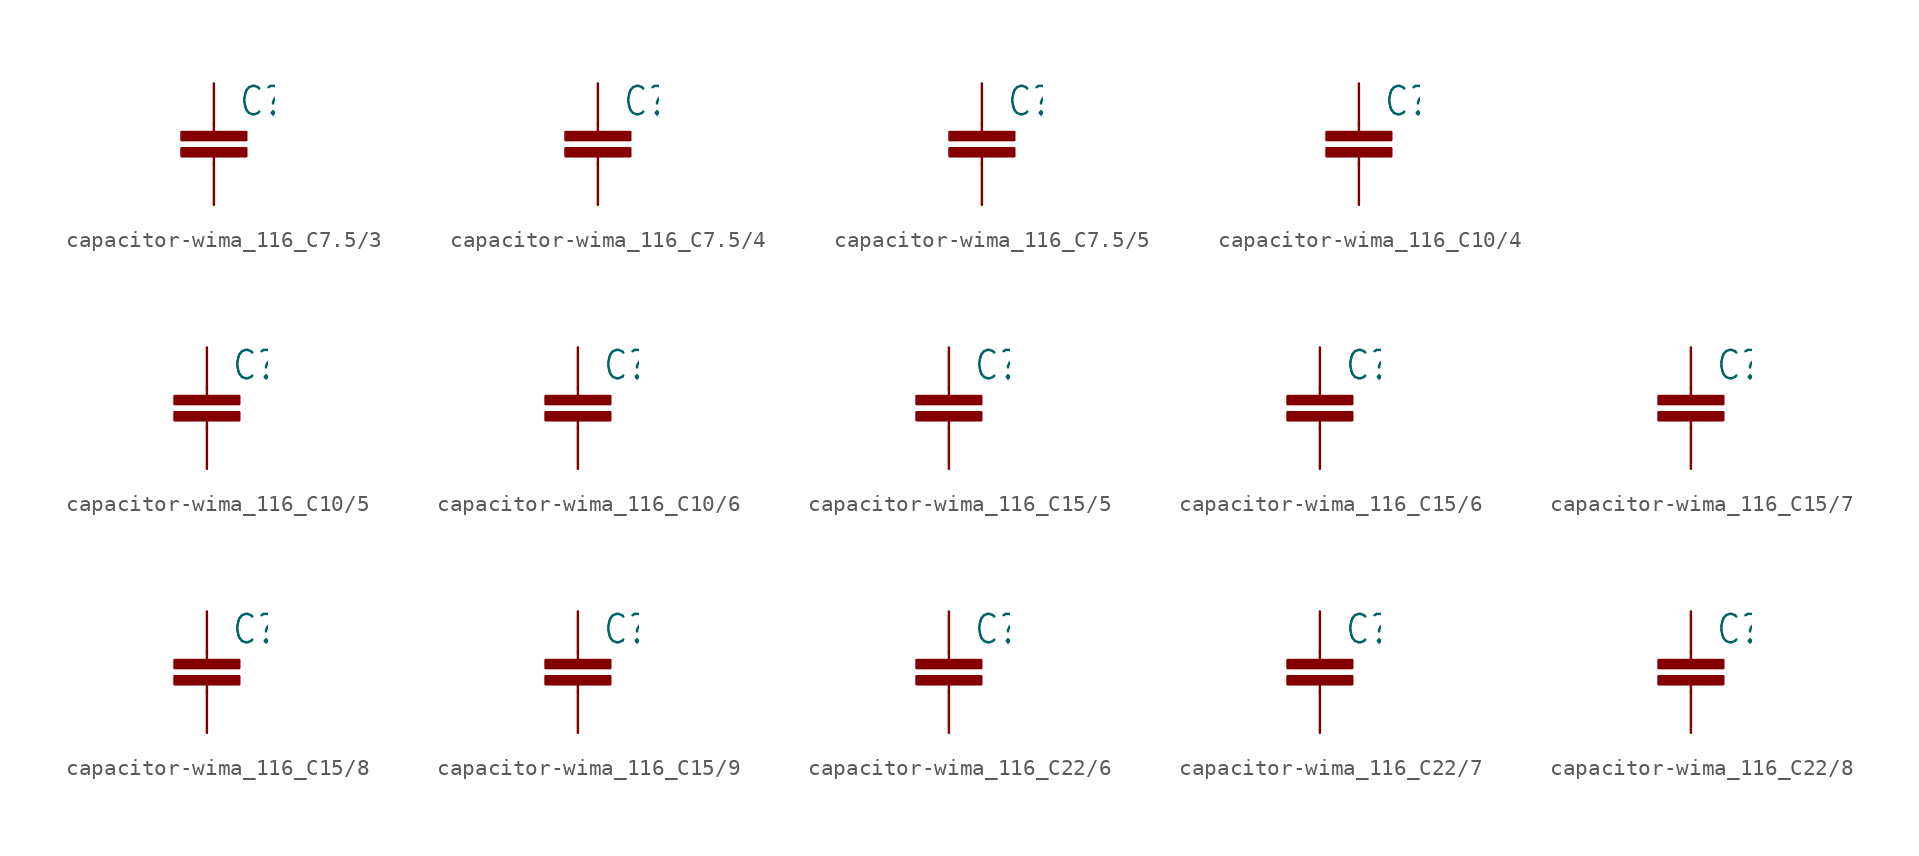
<source format=kicad_sym>
(kicad_symbol_lib
  (version 20241209)
  (generator "kicad_symbol_editor")
  (generator_version "9.0")
  (symbol "capacitor-wima_116_C7.5/3"
    (property "Reference" "C"
      (at 1.524 0.381 0)
      (effects (font (size 1.778 1.511)) (justify left bottom)))
    (property "Value" ""
      (at 1.524 -4.699 0)
      (effects (font (size 1.778 1.511)) (justify left bottom)))
    (property "ki_locked" ""
      (at 0 0 0)
      (effects (font (size 1.27 1.27))))
    (symbol "capacitor-wima_116_C7.5/3_1_0"
      (rectangle (start -2.032 -1.016) (end 2.032 -0.508) (stroke (width 0) (type default)) (fill (type outline)))
      (rectangle (start -2.032 -2.032) (end 2.032 -1.524) (stroke (width 0) (type default)) (fill (type outline)))
      (polyline (pts (xy 0 0) (xy 0 -0.508)) (stroke (width 0.152) (type solid)) (fill (type none)))
      (polyline (pts (xy 0 -2.54) (xy 0 -2.032)) (stroke (width 0.152) (type solid)) (fill (type none)))
      (pin passive line (at 0 2.54 270) (length 2.54) (name "1" (effects (font (size 0 0)))) (number "1" (effects (font (size 0 0)))))
      (pin passive line (at 0 -5.08 90) (length 2.54) (name "2" (effects (font (size 0 0)))) (number "2" (effects (font (size 0 0)))))))
  (symbol "capacitor-wima_116_C7.5/4"
    (property "Reference" "C"
      (at 1.524 0.381 0)
      (effects (font (size 1.778 1.511)) (justify left bottom)))
    (property "Value" ""
      (at 1.524 -4.699 0)
      (effects (font (size 1.778 1.511)) (justify left bottom)))
    (property "ki_locked" ""
      (at 0 0 0)
      (effects (font (size 1.27 1.27))))
    (symbol "capacitor-wima_116_C7.5/4_1_0"
      (rectangle (start -2.032 -1.016) (end 2.032 -0.508) (stroke (width 0) (type default)) (fill (type outline)))
      (rectangle (start -2.032 -2.032) (end 2.032 -1.524) (stroke (width 0) (type default)) (fill (type outline)))
      (polyline (pts (xy 0 0) (xy 0 -0.508)) (stroke (width 0.152) (type solid)) (fill (type none)))
      (polyline (pts (xy 0 -2.54) (xy 0 -2.032)) (stroke (width 0.152) (type solid)) (fill (type none)))
      (pin passive line (at 0 2.54 270) (length 2.54) (name "1" (effects (font (size 0 0)))) (number "1" (effects (font (size 0 0)))))
      (pin passive line (at 0 -5.08 90) (length 2.54) (name "2" (effects (font (size 0 0)))) (number "2" (effects (font (size 0 0)))))))
  (symbol "capacitor-wima_116_C7.5/5"
    (property "Reference" "C"
      (at 1.524 0.381 0)
      (effects (font (size 1.778 1.511)) (justify left bottom)))
    (property "Value" ""
      (at 1.524 -4.699 0)
      (effects (font (size 1.778 1.511)) (justify left bottom)))
    (property "ki_locked" ""
      (at 0 0 0)
      (effects (font (size 1.27 1.27))))
    (symbol "capacitor-wima_116_C7.5/5_1_0"
      (rectangle (start -2.032 -1.016) (end 2.032 -0.508) (stroke (width 0) (type default)) (fill (type outline)))
      (rectangle (start -2.032 -2.032) (end 2.032 -1.524) (stroke (width 0) (type default)) (fill (type outline)))
      (polyline (pts (xy 0 0) (xy 0 -0.508)) (stroke (width 0.152) (type solid)) (fill (type none)))
      (polyline (pts (xy 0 -2.54) (xy 0 -2.032)) (stroke (width 0.152) (type solid)) (fill (type none)))
      (pin passive line (at 0 2.54 270) (length 2.54) (name "1" (effects (font (size 0 0)))) (number "1" (effects (font (size 0 0)))))
      (pin passive line (at 0 -5.08 90) (length 2.54) (name "2" (effects (font (size 0 0)))) (number "2" (effects (font (size 0 0)))))))
  (symbol "capacitor-wima_116_C10/4"
    (property "Reference" "C"
      (at 1.524 0.381 0)
      (effects (font (size 1.778 1.511)) (justify left bottom)))
    (property "Value" ""
      (at 1.524 -4.699 0)
      (effects (font (size 1.778 1.511)) (justify left bottom)))
    (property "ki_locked" ""
      (at 0 0 0)
      (effects (font (size 1.27 1.27))))
    (symbol "capacitor-wima_116_C10/4_1_0"
      (rectangle (start -2.032 -1.016) (end 2.032 -0.508) (stroke (width 0) (type default)) (fill (type outline)))
      (rectangle (start -2.032 -2.032) (end 2.032 -1.524) (stroke (width 0) (type default)) (fill (type outline)))
      (polyline (pts (xy 0 0) (xy 0 -0.508)) (stroke (width 0.152) (type solid)) (fill (type none)))
      (polyline (pts (xy 0 -2.54) (xy 0 -2.032)) (stroke (width 0.152) (type solid)) (fill (type none)))
      (pin passive line (at 0 2.54 270) (length 2.54) (name "1" (effects (font (size 0 0)))) (number "1" (effects (font (size 0 0)))))
      (pin passive line (at 0 -5.08 90) (length 2.54) (name "2" (effects (font (size 0 0)))) (number "2" (effects (font (size 0 0)))))))
  (symbol "capacitor-wima_116_C10/5"
    (property "Reference" "C"
      (at 1.524 0.381 0)
      (effects (font (size 1.778 1.511)) (justify left bottom)))
    (property "Value" ""
      (at 1.524 -4.699 0)
      (effects (font (size 1.778 1.511)) (justify left bottom)))
    (property "ki_locked" ""
      (at 0 0 0)
      (effects (font (size 1.27 1.27))))
    (symbol "capacitor-wima_116_C10/5_1_0"
      (rectangle (start -2.032 -1.016) (end 2.032 -0.508) (stroke (width 0) (type default)) (fill (type outline)))
      (rectangle (start -2.032 -2.032) (end 2.032 -1.524) (stroke (width 0) (type default)) (fill (type outline)))
      (polyline (pts (xy 0 0) (xy 0 -0.508)) (stroke (width 0.152) (type solid)) (fill (type none)))
      (polyline (pts (xy 0 -2.54) (xy 0 -2.032)) (stroke (width 0.152) (type solid)) (fill (type none)))
      (pin passive line (at 0 2.54 270) (length 2.54) (name "1" (effects (font (size 0 0)))) (number "1" (effects (font (size 0 0)))))
      (pin passive line (at 0 -5.08 90) (length 2.54) (name "2" (effects (font (size 0 0)))) (number "2" (effects (font (size 0 0)))))))
  (symbol "capacitor-wima_116_C10/6"
    (property "Reference" "C"
      (at 1.524 0.381 0)
      (effects (font (size 1.778 1.511)) (justify left bottom)))
    (property "Value" ""
      (at 1.524 -4.699 0)
      (effects (font (size 1.778 1.511)) (justify left bottom)))
    (property "ki_locked" ""
      (at 0 0 0)
      (effects (font (size 1.27 1.27))))
    (symbol "capacitor-wima_116_C10/6_1_0"
      (rectangle (start -2.032 -1.016) (end 2.032 -0.508) (stroke (width 0) (type default)) (fill (type outline)))
      (rectangle (start -2.032 -2.032) (end 2.032 -1.524) (stroke (width 0) (type default)) (fill (type outline)))
      (polyline (pts (xy 0 0) (xy 0 -0.508)) (stroke (width 0.152) (type solid)) (fill (type none)))
      (polyline (pts (xy 0 -2.54) (xy 0 -2.032)) (stroke (width 0.152) (type solid)) (fill (type none)))
      (pin passive line (at 0 2.54 270) (length 2.54) (name "1" (effects (font (size 0 0)))) (number "1" (effects (font (size 0 0)))))
      (pin passive line (at 0 -5.08 90) (length 2.54) (name "2" (effects (font (size 0 0)))) (number "2" (effects (font (size 0 0)))))))
  (symbol "capacitor-wima_116_C15/5"
    (property "Reference" "C"
      (at 1.524 0.381 0)
      (effects (font (size 1.778 1.511)) (justify left bottom)))
    (property "Value" ""
      (at 1.524 -4.699 0)
      (effects (font (size 1.778 1.511)) (justify left bottom)))
    (property "ki_locked" ""
      (at 0 0 0)
      (effects (font (size 1.27 1.27))))
    (symbol "capacitor-wima_116_C15/5_1_0"
      (rectangle (start -2.032 -1.016) (end 2.032 -0.508) (stroke (width 0) (type default)) (fill (type outline)))
      (rectangle (start -2.032 -2.032) (end 2.032 -1.524) (stroke (width 0) (type default)) (fill (type outline)))
      (polyline (pts (xy 0 0) (xy 0 -0.508)) (stroke (width 0.152) (type solid)) (fill (type none)))
      (polyline (pts (xy 0 -2.54) (xy 0 -2.032)) (stroke (width 0.152) (type solid)) (fill (type none)))
      (pin passive line (at 0 2.54 270) (length 2.54) (name "1" (effects (font (size 0 0)))) (number "1" (effects (font (size 0 0)))))
      (pin passive line (at 0 -5.08 90) (length 2.54) (name "2" (effects (font (size 0 0)))) (number "2" (effects (font (size 0 0)))))))
  (symbol "capacitor-wima_116_C15/6"
    (property "Reference" "C"
      (at 1.524 0.381 0)
      (effects (font (size 1.778 1.511)) (justify left bottom)))
    (property "Value" ""
      (at 1.524 -4.699 0)
      (effects (font (size 1.778 1.511)) (justify left bottom)))
    (property "ki_locked" ""
      (at 0 0 0)
      (effects (font (size 1.27 1.27))))
    (symbol "capacitor-wima_116_C15/6_1_0"
      (rectangle (start -2.032 -1.016) (end 2.032 -0.508) (stroke (width 0) (type default)) (fill (type outline)))
      (rectangle (start -2.032 -2.032) (end 2.032 -1.524) (stroke (width 0) (type default)) (fill (type outline)))
      (polyline (pts (xy 0 0) (xy 0 -0.508)) (stroke (width 0.152) (type solid)) (fill (type none)))
      (polyline (pts (xy 0 -2.54) (xy 0 -2.032)) (stroke (width 0.152) (type solid)) (fill (type none)))
      (pin passive line (at 0 2.54 270) (length 2.54) (name "1" (effects (font (size 0 0)))) (number "1" (effects (font (size 0 0)))))
      (pin passive line (at 0 -5.08 90) (length 2.54) (name "2" (effects (font (size 0 0)))) (number "2" (effects (font (size 0 0)))))))
  (symbol "capacitor-wima_116_C15/7"
    (property "Reference" "C"
      (at 1.524 0.381 0)
      (effects (font (size 1.778 1.511)) (justify left bottom)))
    (property "Value" ""
      (at 1.524 -4.699 0)
      (effects (font (size 1.778 1.511)) (justify left bottom)))
    (property "ki_locked" ""
      (at 0 0 0)
      (effects (font (size 1.27 1.27))))
    (symbol "capacitor-wima_116_C15/7_1_0"
      (rectangle (start -2.032 -1.016) (end 2.032 -0.508) (stroke (width 0) (type default)) (fill (type outline)))
      (rectangle (start -2.032 -2.032) (end 2.032 -1.524) (stroke (width 0) (type default)) (fill (type outline)))
      (polyline (pts (xy 0 0) (xy 0 -0.508)) (stroke (width 0.152) (type solid)) (fill (type none)))
      (polyline (pts (xy 0 -2.54) (xy 0 -2.032)) (stroke (width 0.152) (type solid)) (fill (type none)))
      (pin passive line (at 0 2.54 270) (length 2.54) (name "1" (effects (font (size 0 0)))) (number "1" (effects (font (size 0 0)))))
      (pin passive line (at 0 -5.08 90) (length 2.54) (name "2" (effects (font (size 0 0)))) (number "2" (effects (font (size 0 0)))))))
  (symbol "capacitor-wima_116_C15/8"
    (property "Reference" "C"
      (at 1.524 0.381 0)
      (effects (font (size 1.778 1.511)) (justify left bottom)))
    (property "Value" ""
      (at 1.524 -4.699 0)
      (effects (font (size 1.778 1.511)) (justify left bottom)))
    (property "ki_locked" ""
      (at 0 0 0)
      (effects (font (size 1.27 1.27))))
    (symbol "capacitor-wima_116_C15/8_1_0"
      (rectangle (start -2.032 -1.016) (end 2.032 -0.508) (stroke (width 0) (type default)) (fill (type outline)))
      (rectangle (start -2.032 -2.032) (end 2.032 -1.524) (stroke (width 0) (type default)) (fill (type outline)))
      (polyline (pts (xy 0 0) (xy 0 -0.508)) (stroke (width 0.152) (type solid)) (fill (type none)))
      (polyline (pts (xy 0 -2.54) (xy 0 -2.032)) (stroke (width 0.152) (type solid)) (fill (type none)))
      (pin passive line (at 0 2.54 270) (length 2.54) (name "1" (effects (font (size 0 0)))) (number "1" (effects (font (size 0 0)))))
      (pin passive line (at 0 -5.08 90) (length 2.54) (name "2" (effects (font (size 0 0)))) (number "2" (effects (font (size 0 0)))))))
  (symbol "capacitor-wima_116_C15/9"
    (property "Reference" "C"
      (at 1.524 0.381 0)
      (effects (font (size 1.778 1.511)) (justify left bottom)))
    (property "Value" ""
      (at 1.524 -4.699 0)
      (effects (font (size 1.778 1.511)) (justify left bottom)))
    (property "ki_locked" ""
      (at 0 0 0)
      (effects (font (size 1.27 1.27))))
    (symbol "capacitor-wima_116_C15/9_1_0"
      (rectangle (start -2.032 -1.016) (end 2.032 -0.508) (stroke (width 0) (type default)) (fill (type outline)))
      (rectangle (start -2.032 -2.032) (end 2.032 -1.524) (stroke (width 0) (type default)) (fill (type outline)))
      (polyline (pts (xy 0 0) (xy 0 -0.508)) (stroke (width 0.152) (type solid)) (fill (type none)))
      (polyline (pts (xy 0 -2.54) (xy 0 -2.032)) (stroke (width 0.152) (type solid)) (fill (type none)))
      (pin passive line (at 0 2.54 270) (length 2.54) (name "1" (effects (font (size 0 0)))) (number "1" (effects (font (size 0 0)))))
      (pin passive line (at 0 -5.08 90) (length 2.54) (name "2" (effects (font (size 0 0)))) (number "2" (effects (font (size 0 0)))))))
  (symbol "capacitor-wima_116_C22/6"
    (property "Reference" "C"
      (at 1.524 0.381 0)
      (effects (font (size 1.778 1.511)) (justify left bottom)))
    (property "Value" ""
      (at 1.524 -4.699 0)
      (effects (font (size 1.778 1.511)) (justify left bottom)))
    (property "ki_locked" ""
      (at 0 0 0)
      (effects (font (size 1.27 1.27))))
    (symbol "capacitor-wima_116_C22/6_1_0"
      (rectangle (start -2.032 -1.016) (end 2.032 -0.508) (stroke (width 0) (type default)) (fill (type outline)))
      (rectangle (start -2.032 -2.032) (end 2.032 -1.524) (stroke (width 0) (type default)) (fill (type outline)))
      (polyline (pts (xy 0 0) (xy 0 -0.508)) (stroke (width 0.152) (type solid)) (fill (type none)))
      (polyline (pts (xy 0 -2.54) (xy 0 -2.032)) (stroke (width 0.152) (type solid)) (fill (type none)))
      (pin passive line (at 0 2.54 270) (length 2.54) (name "1" (effects (font (size 0 0)))) (number "1" (effects (font (size 0 0)))))
      (pin passive line (at 0 -5.08 90) (length 2.54) (name "2" (effects (font (size 0 0)))) (number "2" (effects (font (size 0 0)))))))
  (symbol "capacitor-wima_116_C22/7"
    (property "Reference" "C"
      (at 1.524 0.381 0)
      (effects (font (size 1.778 1.511)) (justify left bottom)))
    (property "Value" ""
      (at 1.524 -4.699 0)
      (effects (font (size 1.778 1.511)) (justify left bottom)))
    (property "ki_locked" ""
      (at 0 0 0)
      (effects (font (size 1.27 1.27))))
    (symbol "capacitor-wima_116_C22/7_1_0"
      (rectangle (start -2.032 -1.016) (end 2.032 -0.508) (stroke (width 0) (type default)) (fill (type outline)))
      (rectangle (start -2.032 -2.032) (end 2.032 -1.524) (stroke (width 0) (type default)) (fill (type outline)))
      (polyline (pts (xy 0 0) (xy 0 -0.508)) (stroke (width 0.152) (type solid)) (fill (type none)))
      (polyline (pts (xy 0 -2.54) (xy 0 -2.032)) (stroke (width 0.152) (type solid)) (fill (type none)))
      (pin passive line (at 0 2.54 270) (length 2.54) (name "1" (effects (font (size 0 0)))) (number "1" (effects (font (size 0 0)))))
      (pin passive line (at 0 -5.08 90) (length 2.54) (name "2" (effects (font (size 0 0)))) (number "2" (effects (font (size 0 0)))))))
  (symbol "capacitor-wima_116_C22/8"
    (property "Reference" "C"
      (at 1.524 0.381 0)
      (effects (font (size 1.778 1.511)) (justify left bottom)))
    (property "Value" ""
      (at 1.524 -4.699 0)
      (effects (font (size 1.778 1.511)) (justify left bottom)))
    (property "ki_locked" ""
      (at 0 0 0)
      (effects (font (size 1.27 1.27))))
    (symbol "capacitor-wima_116_C22/8_1_0"
      (rectangle (start -2.032 -1.016) (end 2.032 -0.508) (stroke (width 0) (type default)) (fill (type outline)))
      (rectangle (start -2.032 -2.032) (end 2.032 -1.524) (stroke (width 0) (type default)) (fill (type outline)))
      (polyline (pts (xy 0 0) (xy 0 -0.508)) (stroke (width 0.152) (type solid)) (fill (type none)))
      (polyline (pts (xy 0 -2.54) (xy 0 -2.032)) (stroke (width 0.152) (type solid)) (fill (type none)))
      (pin passive line (at 0 2.54 270) (length 2.54) (name "1" (effects (font (size 0 0)))) (number "1" (effects (font (size 0 0)))))
      (pin passive line (at 0 -5.08 90) (length 2.54) (name "2" (effects (font (size 0 0)))) (number "2" (effects (font (size 0 0))))))))
</source>
